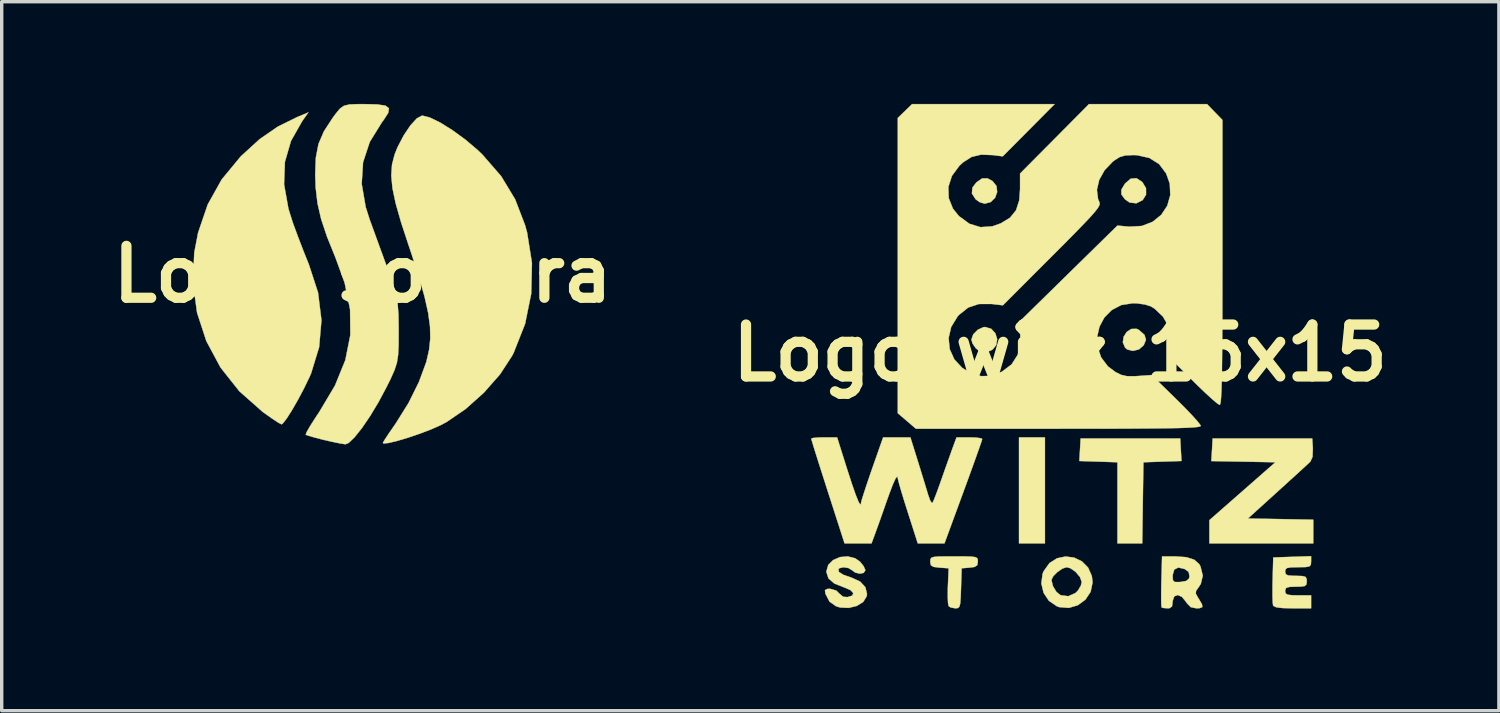
<source format=kicad_pcb>
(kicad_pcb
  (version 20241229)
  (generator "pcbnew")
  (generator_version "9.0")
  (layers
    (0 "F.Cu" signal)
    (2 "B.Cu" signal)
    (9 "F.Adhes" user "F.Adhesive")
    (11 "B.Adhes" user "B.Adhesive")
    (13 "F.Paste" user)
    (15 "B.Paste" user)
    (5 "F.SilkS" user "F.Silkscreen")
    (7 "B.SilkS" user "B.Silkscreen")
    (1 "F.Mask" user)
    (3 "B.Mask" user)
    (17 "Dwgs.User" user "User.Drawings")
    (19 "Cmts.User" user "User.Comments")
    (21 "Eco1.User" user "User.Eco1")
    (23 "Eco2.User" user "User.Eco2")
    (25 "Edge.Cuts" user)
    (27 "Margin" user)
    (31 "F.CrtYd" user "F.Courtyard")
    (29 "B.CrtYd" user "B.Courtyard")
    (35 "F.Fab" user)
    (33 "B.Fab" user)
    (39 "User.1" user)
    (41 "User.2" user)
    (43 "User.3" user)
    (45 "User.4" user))
  (footprint "Logo softura"
    (layer "F.Cu")
    (at 7.591 4.999)
    (property "Reference" "Logo softura" (at 0 0 0) (layer "F.SilkS") (effects (font (size 1.524 1.524) (thickness 0.3))))
    (attr through_hole)
    (fp_poly (pts (xy -1.772 -4.496) (xy -2.103 -3.911) (xy -2.281 -3.297) (xy -2.305 -2.639) (xy -2.177 -1.923) (xy -2.05 -1.519) (xy -1.901 -1.114) (xy -1.74 -0.694) (xy -1.598 -0.34) (xy -1.577 -0.288) (xy -1.308 0.537) (xy -1.208 1.346) (xy -1.276 2.137) (xy -1.512 2.908) (xy -1.562 3.022) (xy -1.721 3.351) (xy -1.899 3.686) (xy -2.075 3.991) (xy -2.229 4.233) (xy -2.341 4.377) (xy -2.379 4.403) (xy -2.471 4.356) (xy -2.659 4.232) (xy -2.905 4.058) (xy -2.936 4.035) (xy -3.618 3.432) (xy -4.171 2.734) (xy -4.586 1.96) (xy -4.858 1.128) (xy -4.978 0.257) (xy -4.941 -0.633) (xy -4.828 -1.22) (xy -4.545 -2.049) (xy -4.136 -2.781) (xy -3.584 -3.45) (xy -3.556 -3.478) (xy -3.023 -3.965) (xy -2.488 -4.334) (xy -1.917 -4.615) (xy -1.59 -4.751) (xy -1.772 -4.496)) (stroke (width 0.01) (type solid)) (fill yes) (layer "F.SilkS"))
    (fp_poly (pts (xy 1.971 -4.601) (xy 2.279 -4.451) (xy 2.638 -4.227) (xy 3.013 -3.954) (xy 3.368 -3.653) (xy 3.514 -3.514) (xy 4.067 -2.877) (xy 4.476 -2.2) (xy 4.768 -1.439) (xy 4.828 -1.22) (xy 4.969 -0.333) (xy 4.948 0.567) (xy 4.768 1.454) (xy 4.433 2.303) (xy 4.384 2.397) (xy 4.031 2.938) (xy 3.561 3.472) (xy 3.023 3.953) (xy 2.465 4.334) (xy 2.282 4.431) (xy 2.003 4.554) (xy 1.677 4.678) (xy 1.339 4.793) (xy 1.026 4.886) (xy 0.775 4.948) (xy 0.622 4.966) (xy 0.593 4.95) (xy 0.638 4.871) (xy 0.757 4.689) (xy 0.928 4.44) (xy 0.977 4.369) (xy 1.35 3.772) (xy 1.654 3.157) (xy 1.869 2.573) (xy 1.952 2.212) (xy 1.986 1.883) (xy 1.978 1.53) (xy 1.923 1.129) (xy 1.817 0.655) (xy 1.654 0.082) (xy 1.43 -0.614) (xy 1.351 -0.847) (xy 1.128 -1.527) (xy 0.971 -2.078) (xy 0.876 -2.526) (xy 0.841 -2.898) (xy 0.863 -3.22) (xy 0.939 -3.517) (xy 1.022 -3.723) (xy 1.206 -4.076) (xy 1.404 -4.371) (xy 1.591 -4.575) (xy 1.742 -4.656) (xy 1.749 -4.657) (xy 1.971 -4.601)) (stroke (width 0.01) (type solid)) (fill yes) (layer "F.SilkS"))
    (fp_poly (pts (xy 0.427 -4.985) (xy 0.67 -4.949) (xy 0.773 -4.872) (xy 0.752 -4.738) (xy 0.622 -4.534) (xy 0.567 -4.462) (xy 0.21 -3.884) (xy 0.013 -3.286) (xy -0.027 -2.654) (xy 0.09 -1.973) (xy 0.206 -1.609) (xy 0.341 -1.239) (xy 0.506 -0.785) (xy 0.675 -0.323) (xy 0.747 -0.127) (xy 0.887 0.269) (xy 0.977 0.578) (xy 1.028 0.862) (xy 1.052 1.184) (xy 1.058 1.606) (xy 1.058 1.657) (xy 1.056 2.07) (xy 1.042 2.366) (xy 1.006 2.597) (xy 0.935 2.815) (xy 0.82 3.072) (xy 0.703 3.308) (xy 0.469 3.747) (xy 0.222 4.157) (xy -0.019 4.511) (xy -0.236 4.783) (xy -0.41 4.949) (xy -0.503 4.988) (xy -0.653 4.965) (xy -0.906 4.913) (xy -1.138 4.86) (xy -1.407 4.791) (xy -1.602 4.734) (xy -1.671 4.707) (xy -1.641 4.628) (xy -1.534 4.443) (xy -1.369 4.185) (xy -1.274 4.043) (xy -0.811 3.265) (xy -0.507 2.518) (xy -0.36 1.78) (xy -0.368 1.031) (xy -0.528 0.249) (xy -0.798 -0.492) (xy -1.045 -1.104) (xy -1.217 -1.619) (xy -1.324 -2.084) (xy -1.378 -2.546) (xy -1.391 -2.921) (xy -1.373 -3.419) (xy -1.296 -3.822) (xy -1.138 -4.191) (xy -0.879 -4.59) (xy -0.782 -4.72) (xy -0.663 -4.864) (xy -0.547 -4.946) (xy -0.384 -4.984) (xy -0.123 -4.994) (xy 0.031 -4.994) (xy 0.427 -4.985)) (stroke (width 0.01) (type solid)) (fill yes) (layer "F.SilkS")))
  (footprint "Logo witz 15x15"
    (layer "F.Cu")
    (at 28.059 7.308)
    (property "Reference" "Logo witz 15x15" (at 0 0 0) (layer "F.SilkS") (effects (font (size 1.524 1.524) (thickness 0.3))))
    (attr through_hole)
    (fp_poly (pts (xy -0.445 5.588) (xy -1.206 5.588) (xy -1.206 2.477) (xy -0.445 2.477) (xy -0.445 5.588)) (stroke (width 0.01) (type solid)) (fill yes) (layer "F.SilkS"))
    (fp_poly (pts (xy -1.983 -5.045) (xy -1.867 -4.9) (xy -1.847 -4.724) (xy -1.907 -4.555) (xy -2.037 -4.428) (xy -2.212 -4.381) (xy -2.359 -4.425) (xy -2.477 -4.508) (xy -2.588 -4.681) (xy -2.573 -4.853) (xy -2.457 -5.005) (xy -2.289 -5.122) (xy -2.131 -5.125) (xy -1.983 -5.045)) (stroke (width 0.01) (type solid)) (fill yes) (layer "F.SilkS"))
    (fp_poly (pts (xy 2.314 -0.675) (xy 2.476 -0.532) (xy 2.52 -0.388) (xy 2.455 -0.229) (xy 2.315 -0.105) (xy 2.137 -0.061) (xy 1.971 -0.102) (xy 1.908 -0.155) (xy 1.841 -0.312) (xy 1.865 -0.476) (xy 1.955 -0.617) (xy 2.088 -0.704) (xy 2.243 -0.709) (xy 2.314 -0.675)) (stroke (width 0.01) (type solid)) (fill yes) (layer "F.SilkS"))
    (fp_poly (pts (xy 2.413 -5.016) (xy 2.521 -4.836) (xy 2.522 -4.644) (xy 2.424 -4.487) (xy 2.237 -4.392) (xy 2.04 -4.415) (xy 1.905 -4.508) (xy 1.799 -4.652) (xy 1.798 -4.792) (xy 1.9 -4.964) (xy 1.91 -4.976) (xy 2.073 -5.115) (xy 2.243 -5.127) (xy 2.413 -5.016)) (stroke (width 0.01) (type solid)) (fill yes) (layer "F.SilkS"))
    (fp_poly (pts (xy -2.022 -0.71) (xy -1.9 -0.578) (xy -1.847 -0.405) (xy -1.875 -0.23) (xy -1.983 -0.099) (xy -2.18 -0.009) (xy -2.354 -0.041) (xy -2.474 -0.139) (xy -2.569 -0.277) (xy -2.603 -0.393) (xy -2.549 -0.546) (xy -2.416 -0.681) (xy -2.25 -0.757) (xy -2.201 -0.762) (xy -2.022 -0.71)) (stroke (width 0.01) (type solid)) (fill yes) (layer "F.SilkS"))
    (fp_poly (pts (xy 3.543 2.839) (xy 3.562 3.17) (xy 3.004 3.188) (xy 2.445 3.207) (xy 2.427 4.397) (xy 2.41 5.588) (xy 2.046 5.588) (xy 1.683 5.588) (xy 1.683 3.207) (xy 1.124 3.188) (xy 0.565 3.17) (xy 0.584 2.839) (xy 0.603 2.508) (xy 3.524 2.508) (xy 3.543 2.839)) (stroke (width 0.01) (type solid)) (fill yes) (layer "F.SilkS"))
    (fp_poly (pts (xy 7.417 2.802) (xy 7.407 3.051) (xy 7.344 3.188) (xy 7.269 3.259) (xy 7.116 3.4) (xy 6.903 3.595) (xy 6.646 3.828) (xy 6.381 4.069) (xy 5.511 4.858) (xy 6.47 4.875) (xy 7.429 4.893) (xy 7.429 5.588) (xy 4.381 5.588) (xy 4.381 4.906) (xy 6.318 3.207) (xy 5.378 3.189) (xy 4.438 3.172) (xy 4.458 2.84) (xy 4.477 2.508) (xy 7.398 2.508) (xy 7.417 2.802)) (stroke (width 0.01) (type solid)) (fill yes) (layer "F.SilkS"))
    (fp_poly (pts (xy -2.807 5.97) (xy -2.606 5.976) (xy -2.489 5.991) (xy -2.433 6.021) (xy -2.415 6.071) (xy -2.413 6.124) (xy -2.431 6.228) (xy -2.51 6.279) (xy -2.651 6.299) (xy -2.889 6.318) (xy -2.908 6.906) (xy -2.918 7.181) (xy -2.931 7.353) (xy -2.956 7.446) (xy -2.999 7.485) (xy -3.067 7.493) (xy -3.078 7.493) (xy -3.213 7.468) (xy -3.273 7.426) (xy -3.289 7.334) (xy -3.297 7.151) (xy -3.295 6.911) (xy -3.292 6.838) (xy -3.27 6.318) (xy -3.54 6.299) (xy -3.711 6.278) (xy -3.79 6.232) (xy -3.81 6.14) (xy -3.81 6.124) (xy -3.806 6.056) (xy -3.78 6.012) (xy -3.71 5.986) (xy -3.574 5.973) (xy -3.349 5.969) (xy -3.111 5.969) (xy -2.807 5.97)) (stroke (width 0.01) (type solid)) (fill yes) (layer "F.SilkS"))
    (fp_poly (pts (xy 0.411 6.005) (xy 0.64 6.115) (xy 0.822 6.298) (xy 0.932 6.548) (xy 0.953 6.734) (xy 0.895 7.011) (xy 0.742 7.24) (xy 0.519 7.403) (xy 0.255 7.481) (xy -0.024 7.458) (xy -0.095 7.432) (xy -0.329 7.273) (xy -0.485 7.037) (xy -0.551 6.761) (xy -0.537 6.66) (xy -0.254 6.66) (xy -0.211 6.842) (xy -0.107 7.013) (xy 0.015 7.109) (xy 0.242 7.138) (xy 0.449 7.045) (xy 0.524 6.972) (xy 0.609 6.829) (xy 0.635 6.721) (xy 0.583 6.575) (xy 0.457 6.425) (xy 0.301 6.316) (xy 0.191 6.287) (xy 0.065 6.329) (xy -0.081 6.43) (xy -0.202 6.552) (xy -0.254 6.658) (xy -0.254 6.66) (xy -0.537 6.66) (xy -0.513 6.478) (xy -0.482 6.403) (xy -0.312 6.166) (xy -0.09 6.025) (xy 0.16 5.973) (xy 0.411 6.005)) (stroke (width 0.01) (type solid)) (fill yes) (layer "F.SilkS"))
    (fp_poly (pts (xy 7.366 6.125) (xy 7.358 6.215) (xy 7.315 6.263) (xy 7.207 6.283) (xy 7.003 6.286) (xy 6.985 6.287) (xy 6.772 6.291) (xy 6.657 6.311) (xy 6.611 6.357) (xy 6.604 6.413) (xy 6.621 6.49) (xy 6.692 6.528) (xy 6.848 6.54) (xy 6.921 6.54) (xy 7.11 6.546) (xy 7.204 6.572) (xy 7.236 6.636) (xy 7.239 6.699) (xy 7.229 6.793) (xy 7.176 6.84) (xy 7.049 6.856) (xy 6.921 6.858) (xy 6.731 6.865) (xy 6.636 6.893) (xy 6.605 6.956) (xy 6.604 6.985) (xy 6.618 7.056) (xy 6.679 7.094) (xy 6.816 7.11) (xy 6.985 7.112) (xy 7.366 7.112) (xy 7.366 7.493) (xy 6.824 7.493) (xy 6.53 7.486) (xy 6.347 7.464) (xy 6.26 7.425) (xy 6.25 7.409) (xy 6.239 7.314) (xy 6.233 7.122) (xy 6.233 6.865) (xy 6.237 6.663) (xy 6.255 6.001) (xy 6.81 5.982) (xy 7.366 5.964) (xy 7.366 6.125)) (stroke (width 0.01) (type solid)) (fill yes) (layer "F.SilkS"))
    (fp_poly (pts (xy -6.014 6.025) (xy -5.871 6.125) (xy -5.765 6.258) (xy -5.715 6.372) (xy -5.715 6.379) (xy -5.765 6.454) (xy -5.88 6.476) (xy -6.013 6.444) (xy -6.096 6.382) (xy -6.21 6.311) (xy -6.358 6.288) (xy -6.479 6.317) (xy -6.504 6.343) (xy -6.492 6.426) (xy -6.355 6.512) (xy -6.112 6.596) (xy -5.867 6.709) (xy -5.714 6.874) (xy -5.666 7.072) (xy -5.677 7.142) (xy -5.778 7.306) (xy -5.966 7.423) (xy -6.203 7.481) (xy -6.455 7.469) (xy -6.574 7.433) (xy -6.767 7.297) (xy -6.886 7.066) (xy -6.886 7.064) (xy -6.901 6.962) (xy -6.836 6.925) (xy -6.751 6.921) (xy -6.569 6.972) (xy -6.489 7.052) (xy -6.366 7.155) (xy -6.236 7.164) (xy -6.097 7.12) (xy -6.069 7.048) (xy -6.145 6.963) (xy -6.32 6.885) (xy -6.344 6.878) (xy -6.628 6.764) (xy -6.797 6.616) (xy -6.858 6.428) (xy -6.858 6.408) (xy -6.803 6.218) (xy -6.659 6.076) (xy -6.458 5.99) (xy -6.232 5.97) (xy -6.014 6.025)) (stroke (width 0.01) (type solid)) (fill yes) (layer "F.SilkS"))
    (fp_poly (pts (xy 3.702 5.992) (xy 3.935 6.066) (xy 4.083 6.197) (xy 4.12 6.265) (xy 4.187 6.534) (xy 4.129 6.776) (xy 4.068 6.87) (xy 3.99 6.981) (xy 3.983 7.064) (xy 4.047 7.18) (xy 4.068 7.212) (xy 4.163 7.373) (xy 4.174 7.457) (xy 4.095 7.489) (xy 3.998 7.493) (xy 3.835 7.46) (xy 3.718 7.34) (xy 3.696 7.303) (xy 3.574 7.156) (xy 3.449 7.103) (xy 3.349 7.144) (xy 3.303 7.279) (xy 3.302 7.303) (xy 3.284 7.439) (xy 3.212 7.489) (xy 3.154 7.493) (xy 3.028 7.483) (xy 2.979 7.467) (xy 2.97 7.397) (xy 2.966 7.226) (xy 2.967 6.98) (xy 2.972 6.705) (xy 2.977 6.542) (xy 3.302 6.542) (xy 3.311 6.67) (xy 3.363 6.721) (xy 3.496 6.722) (xy 3.54 6.719) (xy 3.705 6.689) (xy 3.781 6.622) (xy 3.798 6.557) (xy 3.772 6.424) (xy 3.66 6.342) (xy 3.471 6.296) (xy 3.35 6.356) (xy 3.303 6.517) (xy 3.302 6.542) (xy 2.977 6.542) (xy 2.992 5.969) (xy 3.366 5.969) (xy 3.702 5.992)) (stroke (width 0.01) (type solid)) (fill yes) (layer "F.SilkS"))
    (fp_poly (pts (xy -6.249 3.413) (xy -6.107 3.85) (xy -5.995 4.17) (xy -5.913 4.372) (xy -5.862 4.453) (xy -5.842 4.413) (xy -5.842 4.399) (xy -5.822 4.317) (xy -5.766 4.138) (xy -5.683 3.884) (xy -5.579 3.578) (xy -5.518 3.402) (xy -5.193 2.477) (xy -4.393 2.477) (xy -4.17 3.191) (xy -4.073 3.504) (xy -3.982 3.801) (xy -3.908 4.044) (xy -3.868 4.177) (xy -3.813 4.328) (xy -3.763 4.401) (xy -3.746 4.399) (xy -3.708 4.321) (xy -3.641 4.152) (xy -3.555 3.918) (xy -3.494 3.747) (xy -3.388 3.443) (xy -3.281 3.143) (xy -3.192 2.893) (xy -3.162 2.81) (xy -3.039 2.477) (xy -2.662 2.477) (xy -2.463 2.484) (xy -2.326 2.503) (xy -2.285 2.524) (xy -2.306 2.594) (xy -2.365 2.767) (xy -2.457 3.026) (xy -2.575 3.355) (xy -2.713 3.736) (xy -2.839 4.08) (xy -3.393 5.588) (xy -4.176 5.588) (xy -4.469 4.674) (xy -4.572 4.349) (xy -4.659 4.063) (xy -4.723 3.841) (xy -4.758 3.705) (xy -4.763 3.677) (xy -4.779 3.621) (xy -4.829 3.684) (xy -4.91 3.863) (xy -5.021 4.156) (xy -5.079 4.318) (xy -5.185 4.621) (xy -5.291 4.922) (xy -5.381 5.172) (xy -5.411 5.255) (xy -5.534 5.588) (xy -6.325 5.588) (xy -6.814 4.07) (xy -6.947 3.654) (xy -7.067 3.278) (xy -7.168 2.959) (xy -7.244 2.715) (xy -7.29 2.561) (xy -7.303 2.514) (xy -7.245 2.494) (xy -7.095 2.481) (xy -6.923 2.477) (xy -6.544 2.477) (xy -6.249 3.413)) (stroke (width 0.01) (type solid)) (fill yes) (layer "F.SilkS"))
    (fp_poly (pts (xy -0.922 -6.536) (xy -1.683 -5.77) (xy -1.973 -5.807) (xy -2.319 -5.82) (xy -2.597 -5.753) (xy -2.848 -5.593) (xy -2.958 -5.491) (xy -3.175 -5.196) (xy -3.279 -4.873) (xy -3.269 -4.545) (xy -3.144 -4.234) (xy -2.97 -4.018) (xy -2.662 -3.792) (xy -2.337 -3.692) (xy -1.99 -3.716) (xy -1.74 -3.804) (xy -1.47 -3.969) (xy -1.293 -4.187) (xy -1.199 -4.478) (xy -1.175 -4.808) (xy -1.175 -5.265) (xy -0.163 -6.284) (xy 0.848 -7.303) (xy 4.312 -7.303) (xy 4.537 -7.071) (xy 4.763 -6.839) (xy 4.763 -2.657) (xy 4.762 -1.796) (xy 4.761 -1.055) (xy 4.758 -0.425) (xy 4.754 0.101) (xy 4.749 0.531) (xy 4.742 0.873) (xy 4.734 1.133) (xy 4.723 1.321) (xy 4.711 1.444) (xy 4.696 1.508) (xy 4.682 1.524) (xy 4.612 1.481) (xy 4.47 1.362) (xy 4.274 1.183) (xy 4.041 0.96) (xy 3.889 0.809) (xy 3.177 0.095) (xy 3.242 -0.142) (xy 3.267 -0.456) (xy 3.187 -0.776) (xy 3.017 -1.068) (xy 2.772 -1.301) (xy 2.663 -1.368) (xy 2.494 -1.422) (xy 2.265 -1.455) (xy 2.14 -1.46) (xy 1.797 -1.407) (xy 1.515 -1.26) (xy 1.299 -1.041) (xy 1.155 -0.771) (xy 1.087 -0.472) (xy 1.102 -0.164) (xy 1.205 0.131) (xy 1.401 0.392) (xy 1.621 0.557) (xy 1.79 0.642) (xy 1.957 0.68) (xy 2.174 0.683) (xy 2.279 0.677) (xy 2.684 0.648) (xy 3.406 1.353) (xy 3.652 1.598) (xy 3.862 1.817) (xy 4.02 1.992) (xy 4.111 2.107) (xy 4.128 2.14) (xy 4.107 2.157) (xy 4.039 2.171) (xy 3.916 2.184) (xy 3.73 2.194) (xy 3.474 2.203) (xy 3.139 2.209) (xy 2.717 2.214) (xy 2.2 2.218) (xy 1.58 2.221) (xy 0.85 2.222) (xy 0.002 2.222) (xy -0.052 2.223) (xy -4.232 2.223) (xy -4.497 1.995) (xy -4.763 1.768) (xy -4.763 -0.436) (xy -3.272 -0.436) (xy -3.239 -0.11) (xy -3.103 0.19) (xy -2.869 0.44) (xy -2.64 0.578) (xy -2.319 0.68) (xy -2.023 0.672) (xy -1.712 0.552) (xy -1.424 0.336) (xy -1.24 0.048) (xy -1.164 -0.304) (xy -1.169 -0.532) (xy -1.206 -0.905) (xy 0.238 -2.322) (xy 1.683 -3.738) (xy 2.032 -3.706) (xy 2.399 -3.727) (xy 2.715 -3.849) (xy 2.968 -4.053) (xy 3.145 -4.32) (xy 3.233 -4.631) (xy 3.219 -4.968) (xy 3.113 -5.267) (xy 2.906 -5.543) (xy 2.618 -5.724) (xy 2.258 -5.804) (xy 2.148 -5.808) (xy 1.915 -5.797) (xy 1.748 -5.749) (xy 1.587 -5.647) (xy 1.544 -5.613) (xy 1.305 -5.363) (xy 1.147 -5.079) (xy 1.08 -4.787) (xy 1.114 -4.516) (xy 1.15 -4.432) (xy 1.162 -4.389) (xy 1.152 -4.334) (xy 1.109 -4.256) (xy 1.025 -4.147) (xy 0.893 -3.996) (xy 0.702 -3.794) (xy 0.446 -3.53) (xy 0.115 -3.195) (xy -0.23 -2.85) (xy -1.679 -1.399) (xy -2.006 -1.438) (xy -2.384 -1.437) (xy -2.698 -1.332) (xy -2.967 -1.118) (xy -3.007 -1.073) (xy -3.196 -0.765) (xy -3.272 -0.436) (xy -4.763 -0.436) (xy -4.763 -2.564) (xy -4.763 -6.897) (xy -4.553 -7.1) (xy -4.344 -7.303) (xy -0.161 -7.303) (xy -0.922 -6.536)) (stroke (width 0.01) (type solid)) (fill yes) (layer "F.SilkS")))
  (gr_rect
    (start -3 -3)
    (end 40.936 17.805)
    (stroke (width 0.1) (type default))
    (fill no)
    (layer "Edge.Cuts")))
</source>
